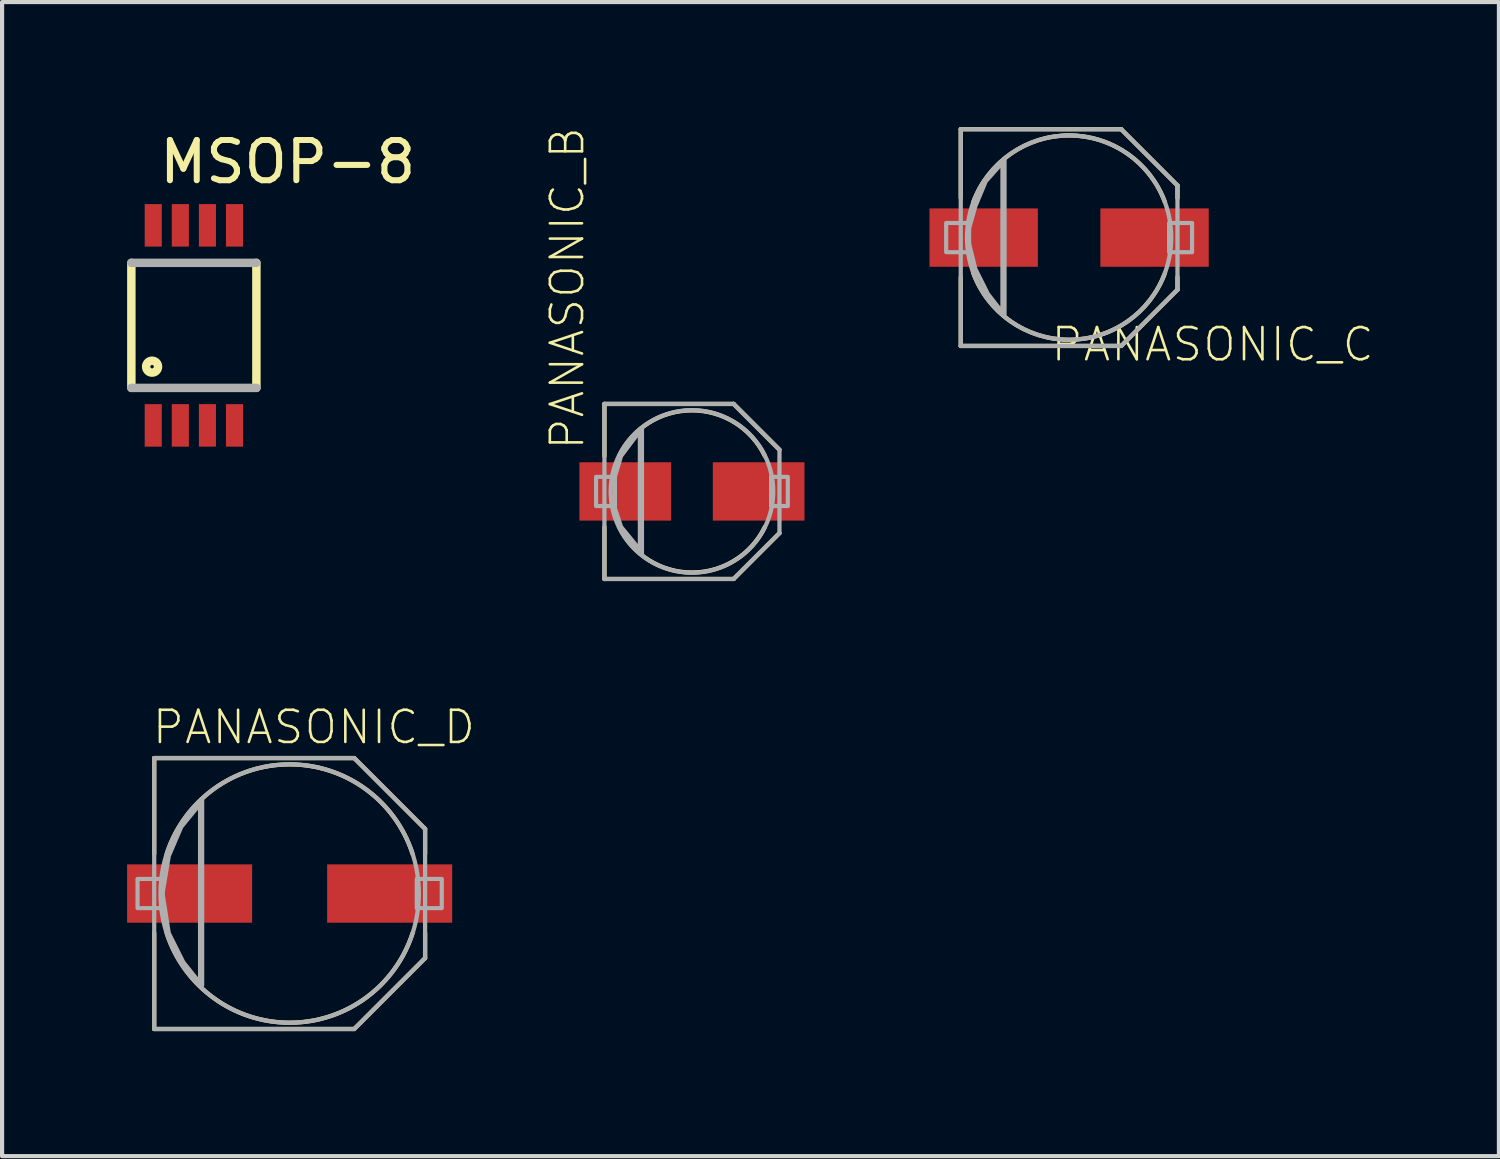
<source format=kicad_pcb>
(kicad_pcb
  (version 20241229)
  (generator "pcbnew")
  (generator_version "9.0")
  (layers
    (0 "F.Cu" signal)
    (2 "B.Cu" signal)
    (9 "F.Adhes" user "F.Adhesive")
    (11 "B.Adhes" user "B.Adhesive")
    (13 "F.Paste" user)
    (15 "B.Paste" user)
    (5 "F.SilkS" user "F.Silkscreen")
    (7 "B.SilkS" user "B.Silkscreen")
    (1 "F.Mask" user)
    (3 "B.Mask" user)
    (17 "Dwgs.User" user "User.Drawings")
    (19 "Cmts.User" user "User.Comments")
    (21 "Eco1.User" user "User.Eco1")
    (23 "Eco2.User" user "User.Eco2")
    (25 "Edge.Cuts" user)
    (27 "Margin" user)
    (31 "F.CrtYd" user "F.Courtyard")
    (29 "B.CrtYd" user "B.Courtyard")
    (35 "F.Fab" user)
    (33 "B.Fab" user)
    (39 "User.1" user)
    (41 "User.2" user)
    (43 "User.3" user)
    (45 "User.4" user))
  (footprint "PANASONIC_C"
    (layer "F.Cu")
    (at 22.603 2.651)
    (property "Reference" "PANASONIC_C" (at -0.476 3.016 0) (layer "F.SilkS") (effects (font (size 0.772 0.772) (thickness 0.062)) (justify left bottom)))
    (attr through_hole)
    (fp_line (start -2.6 -2.6) (end 1.25 -2.6) (stroke (width 0.102) (type solid)) (layer "F.SilkS"))
    (fp_line (start -2.6 -0.95) (end -2.6 -2.6) (stroke (width 0.102) (type solid)) (layer "F.SilkS"))
    (fp_line (start -2.6 2.6) (end -2.6 0.95) (stroke (width 0.102) (type solid)) (layer "F.SilkS"))
    (fp_line (start 1.25 -2.6) (end 2.6 -1.25) (stroke (width 0.102) (type solid)) (layer "F.SilkS"))
    (fp_line (start 1.25 2.6) (end -2.6 2.6) (stroke (width 0.102) (type solid)) (layer "F.SilkS"))
    (fp_line (start 2.6 -1.25) (end 2.6 -0.95) (stroke (width 0.102) (type solid)) (layer "F.SilkS"))
    (fp_line (start 2.6 0.95) (end 2.6 1.25) (stroke (width 0.102) (type solid)) (layer "F.SilkS"))
    (fp_line (start 2.6 1.25) (end 1.25 2.6) (stroke (width 0.102) (type solid)) (layer "F.SilkS"))
    (fp_arc (start -2.3 -0.85) (mid 0 -2.45204) (end 2.3 -0.85) (stroke (width 0.1016) (type solid)) (layer "F.SilkS"))
    (fp_arc (start 2.3 0.85) (mid 0 2.45204) (end -2.3 0.85) (stroke (width 0.1016) (type solid)) (layer "F.SilkS"))
    (fp_line (start -2.6 -2.6) (end 1.25 -2.6) (stroke (width 0.102) (type solid)) (layer "F.Fab"))
    (fp_line (start -2.6 2.6) (end -2.6 -2.6) (stroke (width 0.102) (type solid)) (layer "F.Fab"))
    (fp_line (start -1.55 -1.85) (end -1.55 1.85) (stroke (width 0.102) (type solid)) (layer "F.Fab"))
    (fp_line (start 1.25 -2.6) (end 2.6 -1.25) (stroke (width 0.102) (type solid)) (layer "F.Fab"))
    (fp_line (start 1.25 2.6) (end -2.6 2.6) (stroke (width 0.102) (type solid)) (layer "F.Fab"))
    (fp_line (start 2.6 -1.25) (end 2.6 1.25) (stroke (width 0.102) (type solid)) (layer "F.Fab"))
    (fp_line (start 2.6 1.25) (end 1.25 2.6) (stroke (width 0.102) (type solid)) (layer "F.Fab"))
    (fp_circle (center 0 0) (end 2.45 0) (stroke (width 0.102) (type solid)) (fill no) (layer "F.Fab"))
    (fp_poly (pts (xy -2.95 0.35) (xy -2.4 0.35) (xy -2.4 -0.35) (xy -2.95 -0.35)) (stroke (width 0.1) (type solid)) (fill no) (layer "F.Fab"))
    (fp_poly (pts (xy 2.4 0.35) (xy 2.95 0.35) (xy 2.95 -0.35) (xy 2.4 -0.35)) (stroke (width 0.1) (type solid)) (fill no) (layer "F.Fab"))
    (fp_poly (pts (xy -1.6 -1.8) (xy -2 -1.35) (xy -2.25 -0.75) (xy -2.45 -0.05) (xy -2.25 0.75) (xy -1.95 1.35) (xy -1.6 1.8)) (stroke (width 0.1) (type solid)) (fill no) (layer "F.Fab"))
    (pad "+" smd rect (at 2.05 0) (size 2.6 1.4) (layers "F.Cu" "F.Mask" "F.Paste"))
    (pad "-" smd rect (at -2.05 0) (size 2.6 1.4) (layers "F.Cu" "F.Mask" "F.Paste")))
  (footprint "PANASONIC_B"
    (layer "F.Cu")
    (at 13.553 8.742)
    (property "Reference" "PANASONIC_B" (at -2.54 -0.953 270) (layer "F.SilkS") (effects (font (size 0.772 0.772) (thickness 0.062)) (justify left bottom)))
    (attr through_hole)
    (fp_line (start -2.1 -2.1) (end 1 -2.1) (stroke (width 0.102) (type solid)) (layer "F.SilkS"))
    (fp_line (start -2.1 -0.85) (end -2.1 -2.1) (stroke (width 0.102) (type solid)) (layer "F.SilkS"))
    (fp_line (start -2.1 2.1) (end -2.1 0.85) (stroke (width 0.102) (type solid)) (layer "F.SilkS"))
    (fp_line (start 1 -2.1) (end 2.1 -1) (stroke (width 0.102) (type solid)) (layer "F.SilkS"))
    (fp_line (start 1 2.1) (end -2.1 2.1) (stroke (width 0.102) (type solid)) (layer "F.SilkS"))
    (fp_line (start 2.1 1) (end 1 2.1) (stroke (width 0.102) (type solid)) (layer "F.SilkS"))
    (fp_arc (start -1.75 -0.85) (mid 0 -1.945508) (end 1.75 -0.85) (stroke (width 0.1016) (type solid)) (layer "F.SilkS"))
    (fp_arc (start 1.75 0.85) (mid 0 1.945508) (end -1.75 0.85) (stroke (width 0.1016) (type solid)) (layer "F.SilkS"))
    (fp_line (start -2.1 -2.1) (end 1 -2.1) (stroke (width 0.102) (type solid)) (layer "F.Fab"))
    (fp_line (start -2.1 2.1) (end -2.1 -2.1) (stroke (width 0.102) (type solid)) (layer "F.Fab"))
    (fp_line (start -1.2 -1.5) (end -1.2 1.5) (stroke (width 0.102) (type solid)) (layer "F.Fab"))
    (fp_line (start 1 -2.1) (end 2.1 -1) (stroke (width 0.102) (type solid)) (layer "F.Fab"))
    (fp_line (start 1 2.1) (end -2.1 2.1) (stroke (width 0.102) (type solid)) (layer "F.Fab"))
    (fp_line (start 2.1 -1) (end 2.1 1) (stroke (width 0.102) (type solid)) (layer "F.Fab"))
    (fp_line (start 2.1 1) (end 1 2.1) (stroke (width 0.102) (type solid)) (layer "F.Fab"))
    (fp_circle (center 0 0) (end 1.95 0) (stroke (width 0.102) (type solid)) (fill no) (layer "F.Fab"))
    (fp_poly (pts (xy -2.3 0.35) (xy -1.85 0.35) (xy -1.85 -0.35) (xy -2.3 -0.35)) (stroke (width 0.1) (type solid)) (fill no) (layer "F.Fab"))
    (fp_poly (pts (xy 1.9 0.35) (xy 2.3 0.35) (xy 2.3 -0.35) (xy 1.9 -0.35)) (stroke (width 0.1) (type solid)) (fill no) (layer "F.Fab"))
    (fp_poly (pts (xy -1.25 -1.45) (xy -1.7 -0.85) (xy -1.85 -0.35) (xy -1.85 0.4) (xy -1.7 0.85) (xy -1.25 1.4) (xy -1.25 -1.4)) (stroke (width 0.1) (type solid)) (fill no) (layer "F.Fab"))
    (pad "+" smd rect (at 1.6 0) (size 2.2 1.4) (layers "F.Cu" "F.Mask" "F.Paste"))
    (pad "-" smd rect (at -1.6 0) (size 2.2 1.4) (layers "F.Cu" "F.Mask" "F.Paste")))
  (footprint "PANASONIC_D"
    (layer "F.Cu")
    (at 3.9 18.39)
    (property "Reference" "PANASONIC_D" (at -3.337 -3.54 180) (layer "F.SilkS") (effects (font (size 0.772 0.772) (thickness 0.062)) (justify left bottom)))
    (attr through_hole)
    (fp_line (start -3.25 -3.25) (end 1.55 -3.25) (stroke (width 0.102) (type solid)) (layer "F.SilkS"))
    (fp_line (start -3.25 -0.95) (end -3.25 -3.25) (stroke (width 0.102) (type solid)) (layer "F.SilkS"))
    (fp_line (start -3.25 3.25) (end -3.25 0.95) (stroke (width 0.102) (type solid)) (layer "F.SilkS"))
    (fp_line (start 1.55 -3.25) (end 3.25 -1.55) (stroke (width 0.102) (type solid)) (layer "F.SilkS"))
    (fp_line (start 1.55 3.25) (end -3.25 3.25) (stroke (width 0.102) (type solid)) (layer "F.SilkS"))
    (fp_line (start 3.25 -1.55) (end 3.25 -0.95) (stroke (width 0.102) (type solid)) (layer "F.SilkS"))
    (fp_line (start 3.25 0.95) (end 3.25 1.55) (stroke (width 0.102) (type solid)) (layer "F.SilkS"))
    (fp_line (start 3.25 1.55) (end 1.55 3.25) (stroke (width 0.102) (type solid)) (layer "F.SilkS"))
    (fp_arc (start -2.95 -0.95) (mid 0 -3.099193) (end 2.95 -0.95) (stroke (width 0.1016) (type solid)) (layer "F.SilkS"))
    (fp_arc (start 2.95 0.95) (mid 0 3.099193) (end -2.95 0.95) (stroke (width 0.1016) (type solid)) (layer "F.SilkS"))
    (fp_line (start -3.25 -3.25) (end 1.55 -3.25) (stroke (width 0.102) (type solid)) (layer "F.Fab"))
    (fp_line (start -3.25 3.25) (end -3.25 -3.25) (stroke (width 0.102) (type solid)) (layer "F.Fab"))
    (fp_line (start -2.1 -2.25) (end -2.1 2.2) (stroke (width 0.102) (type solid)) (layer "F.Fab"))
    (fp_line (start 1.55 -3.25) (end 3.25 -1.55) (stroke (width 0.102) (type solid)) (layer "F.Fab"))
    (fp_line (start 1.55 3.25) (end -3.25 3.25) (stroke (width 0.102) (type solid)) (layer "F.Fab"))
    (fp_line (start 3.25 -1.55) (end 3.25 1.55) (stroke (width 0.102) (type solid)) (layer "F.Fab"))
    (fp_line (start 3.25 1.55) (end 1.55 3.25) (stroke (width 0.102) (type solid)) (layer "F.Fab"))
    (fp_circle (center 0 0) (end 3.1 0) (stroke (width 0.102) (type solid)) (fill no) (layer "F.Fab"))
    (fp_poly (pts (xy -3.65 0.35) (xy -3.05 0.35) (xy -3.05 -0.35) (xy -3.65 -0.35)) (stroke (width 0.1) (type solid)) (fill no) (layer "F.Fab"))
    (fp_poly (pts (xy 3.05 0.35) (xy 3.65 0.35) (xy 3.65 -0.35) (xy 3.05 -0.35)) (stroke (width 0.1) (type solid)) (fill no) (layer "F.Fab"))
    (fp_poly (pts (xy -2.15 -2.15) (xy -2.6 -1.6) (xy -2.9 -0.9) (xy -3.05 0) (xy -2.9 0.95) (xy -2.55 1.65) (xy -2.15 2.15) (xy -2.15 -2.1)) (stroke (width 0.1) (type solid)) (fill no) (layer "F.Fab"))
    (pad "+" smd rect (at 2.4 0) (size 3 1.4) (layers "F.Cu" "F.Mask" "F.Paste"))
    (pad "-" smd rect (at -2.4 0) (size 3 1.4) (layers "F.Cu" "F.Mask" "F.Paste")))
  (footprint "MSOP-8"
    (layer "F.Cu")
    (at 1.602 4.757)
    (property "Reference" "MSOP-8" (at -0.9 -3.357 0) (layer "F.SilkS") (effects (font (size 0.965 0.965) (thickness 0.145)) (justify left bottom)))
    (attr through_hole)
    (fp_line (start -1.5 -1.5) (end -1.5 1.5) (stroke (width 0.203) (type solid)) (layer "F.SilkS"))
    (fp_line (start 1.5 1.5) (end 1.5 -1.5) (stroke (width 0.203) (type solid)) (layer "F.SilkS"))
    (fp_circle (center -1.003 0.991) (end -0.86 0.991) (stroke (width 0.203) (type solid)) (fill no) (layer "F.SilkS"))
    (fp_line (start -1.5 1.5) (end 1.5 1.5) (stroke (width 0.203) (type solid)) (layer "F.Fab"))
    (fp_line (start 1.5 -1.5) (end -1.5 -1.5) (stroke (width 0.203) (type solid)) (layer "F.Fab"))
    (pad "1" smd rect (at -0.975 2.4) (size 0.41 1.02) (layers "F.Cu" "F.Mask" "F.Paste"))
    (pad "2" smd rect (at -0.325 2.4) (size 0.41 1.02) (layers "F.Cu" "F.Mask" "F.Paste"))
    (pad "3" smd rect (at 0.325 2.4) (size 0.41 1.02) (layers "F.Cu" "F.Mask" "F.Paste"))
    (pad "4" smd rect (at 0.975 2.4) (size 0.41 1.02) (layers "F.Cu" "F.Mask" "F.Paste"))
    (pad "5" smd rect (at 0.975 -2.4) (size 0.41 1.02) (layers "F.Cu" "F.Mask" "F.Paste"))
    (pad "6" smd rect (at 0.325 -2.4) (size 0.41 1.02) (layers "F.Cu" "F.Mask" "F.Paste"))
    (pad "7" smd rect (at -0.325 -2.4) (size 0.41 1.02) (layers "F.Cu" "F.Mask" "F.Paste"))
    (pad "8" smd rect (at -0.975 -2.4) (size 0.41 1.02) (layers "F.Cu" "F.Mask" "F.Paste")))
  (gr_rect
    (start -3 -3)
    (end 32.916 24.691)
    (stroke (width 0.1) (type default))
    (fill no)
    (layer "Edge.Cuts")))
</source>
